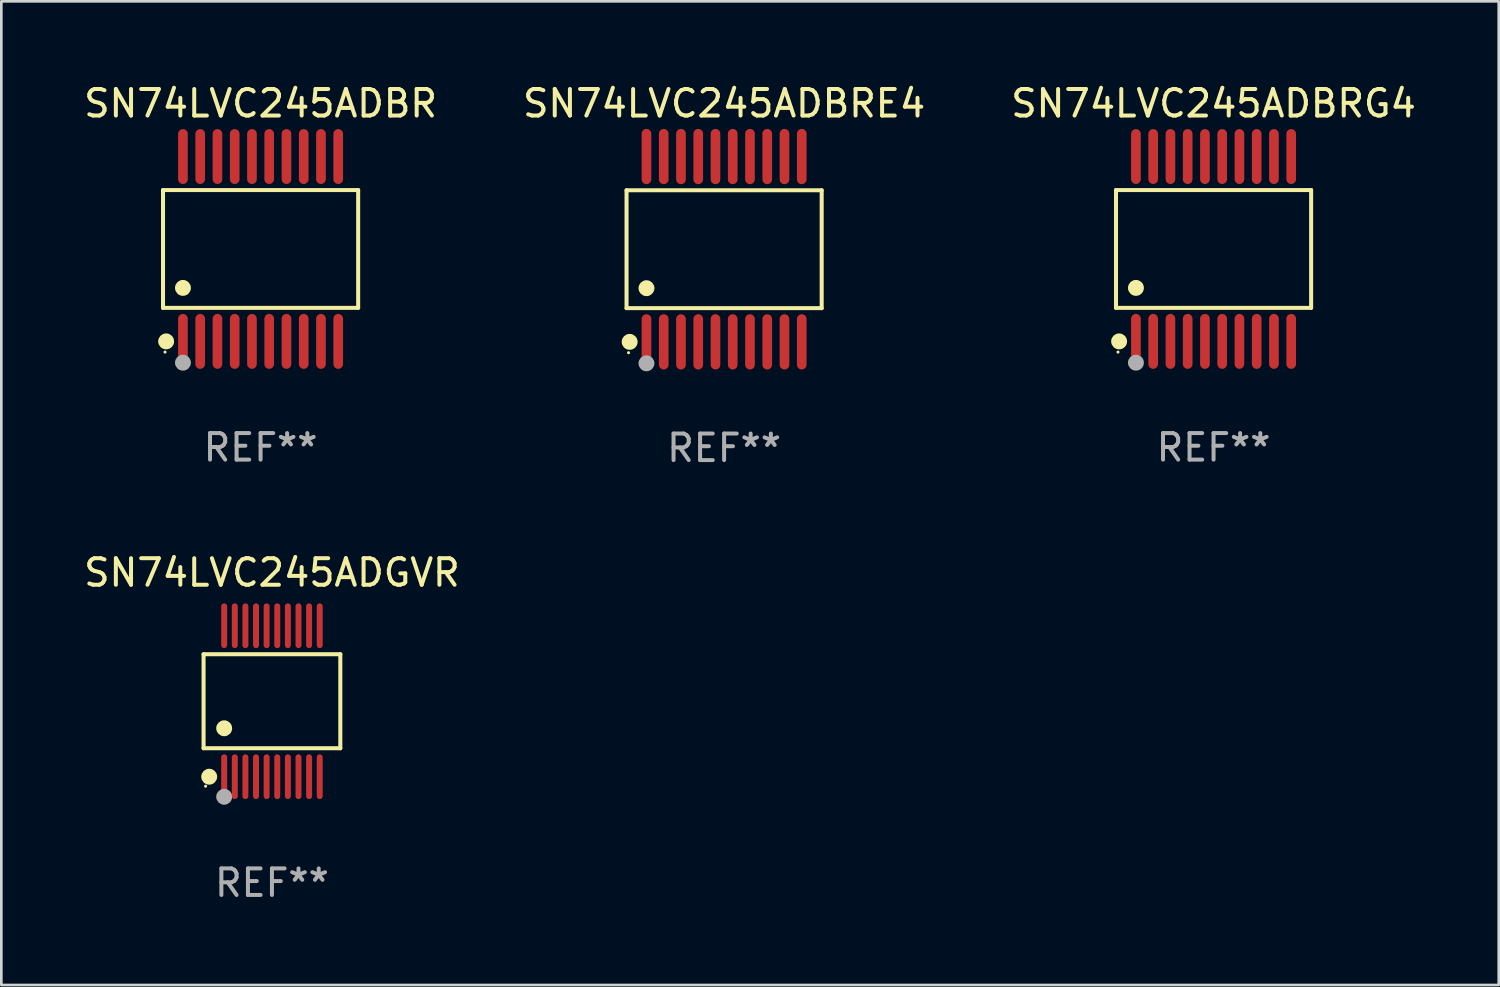
<source format=kicad_pcb>
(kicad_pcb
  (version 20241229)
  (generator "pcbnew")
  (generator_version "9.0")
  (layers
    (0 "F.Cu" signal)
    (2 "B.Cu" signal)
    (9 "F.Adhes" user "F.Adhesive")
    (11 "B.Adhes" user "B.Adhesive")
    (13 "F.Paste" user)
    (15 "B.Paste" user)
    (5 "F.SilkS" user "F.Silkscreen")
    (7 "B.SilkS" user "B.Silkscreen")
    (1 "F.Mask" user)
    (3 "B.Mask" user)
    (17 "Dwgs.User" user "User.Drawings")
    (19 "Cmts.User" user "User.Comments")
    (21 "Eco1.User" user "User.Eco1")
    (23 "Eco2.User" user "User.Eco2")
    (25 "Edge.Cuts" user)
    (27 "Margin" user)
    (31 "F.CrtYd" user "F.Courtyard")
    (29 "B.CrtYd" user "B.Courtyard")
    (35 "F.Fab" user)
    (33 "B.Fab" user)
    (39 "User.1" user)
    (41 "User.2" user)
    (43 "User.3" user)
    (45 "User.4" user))
  (footprint "SN74LVC245ADBRG4"
    (layer "F.Cu")
    (at 42.673 6.33)
    (property "Reference" "SN74LVC245ADBRG4" (at 0 -5.482 0) (layer "F.SilkS") (effects (font (size 1 1) (thickness 0.15))))
    (attr through_hole)
    (fp_line (start -3.676 -2.219) (end 3.676 -2.219) (stroke (width 0.152) (type solid)) (layer "F.SilkS"))
    (fp_line (start -3.676 2.219) (end -3.676 -2.219) (stroke (width 0.152) (type solid)) (layer "F.SilkS"))
    (fp_line (start 3.676 -2.219) (end 3.676 2.219) (stroke (width 0.152) (type solid)) (layer "F.SilkS"))
    (fp_line (start 3.676 2.219) (end -3.676 2.219) (stroke (width 0.152) (type solid)) (layer "F.SilkS"))
    (fp_circle (center -3.6 3.885) (end -3.57 3.885) (stroke (width 0.06) (type solid)) (fill no) (layer "F.SilkS"))
    (fp_circle (center -3.559 3.482) (end -3.409 3.482) (stroke (width 0.3) (type solid)) (fill no) (layer "F.SilkS"))
    (fp_circle (center -2.925 1.467) (end -2.775 1.467) (stroke (width 0.3) (type solid)) (fill no) (layer "F.SilkS"))
    (fp_circle (center -2.925 4.285) (end -2.775 4.285) (stroke (width 0.3) (type solid)) (fill no) (layer "F.Fab"))
    (fp_text user "REF**" (at 0 7.482 0) (layer "F.Fab") (effects (font (size 1 1) (thickness 0.15))))
    (pad "1" smd oval (at -2.925 3.482) (size 0.364 2.069) (layers "F.Cu" "F.Mask" "F.Paste"))
    (pad "2" smd oval (at -2.275 3.482) (size 0.364 2.069) (layers "F.Cu" "F.Mask" "F.Paste"))
    (pad "3" smd oval (at -1.625 3.482) (size 0.364 2.069) (layers "F.Cu" "F.Mask" "F.Paste"))
    (pad "4" smd oval (at -0.975 3.482) (size 0.364 2.069) (layers "F.Cu" "F.Mask" "F.Paste"))
    (pad "5" smd oval (at -0.325 3.482) (size 0.364 2.069) (layers "F.Cu" "F.Mask" "F.Paste"))
    (pad "6" smd oval (at 0.325 3.482) (size 0.364 2.069) (layers "F.Cu" "F.Mask" "F.Paste"))
    (pad "7" smd oval (at 0.975 3.482) (size 0.364 2.069) (layers "F.Cu" "F.Mask" "F.Paste"))
    (pad "8" smd oval (at 1.625 3.482) (size 0.364 2.069) (layers "F.Cu" "F.Mask" "F.Paste"))
    (pad "9" smd oval (at 2.275 3.482) (size 0.364 2.069) (layers "F.Cu" "F.Mask" "F.Paste"))
    (pad "10" smd oval (at 2.925 3.482) (size 0.364 2.069) (layers "F.Cu" "F.Mask" "F.Paste"))
    (pad "11" smd oval (at 2.925 -3.482) (size 0.364 2.069) (layers "F.Cu" "F.Mask" "F.Paste"))
    (pad "12" smd oval (at 2.275 -3.482) (size 0.364 2.069) (layers "F.Cu" "F.Mask" "F.Paste"))
    (pad "13" smd oval (at 1.625 -3.482) (size 0.364 2.069) (layers "F.Cu" "F.Mask" "F.Paste"))
    (pad "14" smd oval (at 0.975 -3.482) (size 0.364 2.069) (layers "F.Cu" "F.Mask" "F.Paste"))
    (pad "15" smd oval (at 0.325 -3.482) (size 0.364 2.069) (layers "F.Cu" "F.Mask" "F.Paste"))
    (pad "16" smd oval (at -0.325 -3.482) (size 0.364 2.069) (layers "F.Cu" "F.Mask" "F.Paste"))
    (pad "17" smd oval (at -0.975 -3.482) (size 0.364 2.069) (layers "F.Cu" "F.Mask" "F.Paste"))
    (pad "18" smd oval (at -1.625 -3.482) (size 0.364 2.069) (layers "F.Cu" "F.Mask" "F.Paste"))
    (pad "19" smd oval (at -2.275 -3.482) (size 0.364 2.069) (layers "F.Cu" "F.Mask" "F.Paste"))
    (pad "20" smd oval (at -2.925 -3.482) (size 0.364 2.069) (layers "F.Cu" "F.Mask" "F.Paste")))
  (footprint "SN74LVC245ADGVR"
    (layer "F.Cu")
    (at 7.196 23.37)
    (property "Reference" "SN74LVC245ADGVR" (at 0 -4.844 0) (layer "F.SilkS") (effects (font (size 1 1) (thickness 0.15))))
    (attr through_hole)
    (fp_line (start -2.576 -1.771) (end 2.576 -1.771) (stroke (width 0.152) (type solid)) (layer "F.SilkS"))
    (fp_line (start -2.576 1.771) (end -2.576 -1.771) (stroke (width 0.152) (type solid)) (layer "F.SilkS"))
    (fp_line (start 2.576 -1.771) (end 2.576 1.771) (stroke (width 0.152) (type solid)) (layer "F.SilkS"))
    (fp_line (start 2.576 1.771) (end -2.576 1.771) (stroke (width 0.152) (type solid)) (layer "F.SilkS"))
    (fp_circle (center -2.5 3.2) (end -2.47 3.2) (stroke (width 0.06) (type solid)) (fill no) (layer "F.SilkS"))
    (fp_circle (center -2.364 2.844) (end -2.214 2.844) (stroke (width 0.3) (type solid)) (fill no) (layer "F.SilkS"))
    (fp_circle (center -1.8 1.019) (end -1.65 1.019) (stroke (width 0.3) (type solid)) (fill no) (layer "F.SilkS"))
    (fp_circle (center -1.8 3.6) (end -1.65 3.6) (stroke (width 0.3) (type solid)) (fill no) (layer "F.Fab"))
    (fp_text user "REF**" (at 0 6.844 0) (layer "F.Fab") (effects (font (size 1 1) (thickness 0.15))))
    (pad "1" smd oval (at -1.8 2.844) (size 0.224 1.687) (layers "F.Cu" "F.Mask" "F.Paste"))
    (pad "2" smd oval (at -1.4 2.844) (size 0.224 1.687) (layers "F.Cu" "F.Mask" "F.Paste"))
    (pad "3" smd oval (at -1 2.844) (size 0.224 1.687) (layers "F.Cu" "F.Mask" "F.Paste"))
    (pad "4" smd oval (at -0.6 2.844) (size 0.224 1.687) (layers "F.Cu" "F.Mask" "F.Paste"))
    (pad "5" smd oval (at -0.2 2.844) (size 0.224 1.687) (layers "F.Cu" "F.Mask" "F.Paste"))
    (pad "6" smd oval (at 0.2 2.844) (size 0.224 1.687) (layers "F.Cu" "F.Mask" "F.Paste"))
    (pad "7" smd oval (at 0.6 2.844) (size 0.224 1.687) (layers "F.Cu" "F.Mask" "F.Paste"))
    (pad "8" smd oval (at 1 2.844) (size 0.224 1.687) (layers "F.Cu" "F.Mask" "F.Paste"))
    (pad "9" smd oval (at 1.4 2.844) (size 0.224 1.687) (layers "F.Cu" "F.Mask" "F.Paste"))
    (pad "10" smd oval (at 1.8 2.844) (size 0.224 1.687) (layers "F.Cu" "F.Mask" "F.Paste"))
    (pad "11" smd oval (at 1.8 -2.844) (size 0.224 1.687) (layers "F.Cu" "F.Mask" "F.Paste"))
    (pad "12" smd oval (at 1.4 -2.844) (size 0.224 1.687) (layers "F.Cu" "F.Mask" "F.Paste"))
    (pad "13" smd oval (at 1 -2.844) (size 0.224 1.687) (layers "F.Cu" "F.Mask" "F.Paste"))
    (pad "14" smd oval (at 0.6 -2.844) (size 0.224 1.687) (layers "F.Cu" "F.Mask" "F.Paste"))
    (pad "15" smd oval (at 0.2 -2.844) (size 0.224 1.687) (layers "F.Cu" "F.Mask" "F.Paste"))
    (pad "16" smd oval (at -0.2 -2.844) (size 0.224 1.687) (layers "F.Cu" "F.Mask" "F.Paste"))
    (pad "17" smd oval (at -0.6 -2.844) (size 0.224 1.687) (layers "F.Cu" "F.Mask" "F.Paste"))
    (pad "18" smd oval (at -1 -2.844) (size 0.224 1.687) (layers "F.Cu" "F.Mask" "F.Paste"))
    (pad "19" smd oval (at -1.4 -2.844) (size 0.224 1.687) (layers "F.Cu" "F.Mask" "F.Paste"))
    (pad "20" smd oval (at -1.8 -2.844) (size 0.224 1.687) (layers "F.Cu" "F.Mask" "F.Paste")))
  (footprint "SN74LVC245ADBR"
    (layer "F.Cu")
    (at 6.768 6.33)
    (property "Reference" "SN74LVC245ADBR" (at 0 -5.482 0) (layer "F.SilkS") (effects (font (size 1 1) (thickness 0.15))))
    (attr through_hole)
    (fp_line (start -3.676 -2.219) (end 3.676 -2.219) (stroke (width 0.152) (type solid)) (layer "F.SilkS"))
    (fp_line (start -3.676 2.219) (end -3.676 -2.219) (stroke (width 0.152) (type solid)) (layer "F.SilkS"))
    (fp_line (start 3.676 -2.219) (end 3.676 2.219) (stroke (width 0.152) (type solid)) (layer "F.SilkS"))
    (fp_line (start 3.676 2.219) (end -3.676 2.219) (stroke (width 0.152) (type solid)) (layer "F.SilkS"))
    (fp_circle (center -3.6 3.885) (end -3.57 3.885) (stroke (width 0.06) (type solid)) (fill no) (layer "F.SilkS"))
    (fp_circle (center -3.559 3.482) (end -3.409 3.482) (stroke (width 0.3) (type solid)) (fill no) (layer "F.SilkS"))
    (fp_circle (center -2.925 1.467) (end -2.775 1.467) (stroke (width 0.3) (type solid)) (fill no) (layer "F.SilkS"))
    (fp_circle (center -2.925 4.285) (end -2.775 4.285) (stroke (width 0.3) (type solid)) (fill no) (layer "F.Fab"))
    (fp_text user "REF**" (at 0 7.482 0) (layer "F.Fab") (effects (font (size 1 1) (thickness 0.15))))
    (pad "1" smd oval (at -2.925 3.482) (size 0.364 2.069) (layers "F.Cu" "F.Mask" "F.Paste"))
    (pad "2" smd oval (at -2.275 3.482) (size 0.364 2.069) (layers "F.Cu" "F.Mask" "F.Paste"))
    (pad "3" smd oval (at -1.625 3.482) (size 0.364 2.069) (layers "F.Cu" "F.Mask" "F.Paste"))
    (pad "4" smd oval (at -0.975 3.482) (size 0.364 2.069) (layers "F.Cu" "F.Mask" "F.Paste"))
    (pad "5" smd oval (at -0.325 3.482) (size 0.364 2.069) (layers "F.Cu" "F.Mask" "F.Paste"))
    (pad "6" smd oval (at 0.325 3.482) (size 0.364 2.069) (layers "F.Cu" "F.Mask" "F.Paste"))
    (pad "7" smd oval (at 0.975 3.482) (size 0.364 2.069) (layers "F.Cu" "F.Mask" "F.Paste"))
    (pad "8" smd oval (at 1.625 3.482) (size 0.364 2.069) (layers "F.Cu" "F.Mask" "F.Paste"))
    (pad "9" smd oval (at 2.275 3.482) (size 0.364 2.069) (layers "F.Cu" "F.Mask" "F.Paste"))
    (pad "10" smd oval (at 2.925 3.482) (size 0.364 2.069) (layers "F.Cu" "F.Mask" "F.Paste"))
    (pad "11" smd oval (at 2.925 -3.482) (size 0.364 2.069) (layers "F.Cu" "F.Mask" "F.Paste"))
    (pad "12" smd oval (at 2.275 -3.482) (size 0.364 2.069) (layers "F.Cu" "F.Mask" "F.Paste"))
    (pad "13" smd oval (at 1.625 -3.482) (size 0.364 2.069) (layers "F.Cu" "F.Mask" "F.Paste"))
    (pad "14" smd oval (at 0.975 -3.482) (size 0.364 2.069) (layers "F.Cu" "F.Mask" "F.Paste"))
    (pad "15" smd oval (at 0.325 -3.482) (size 0.364 2.069) (layers "F.Cu" "F.Mask" "F.Paste"))
    (pad "16" smd oval (at -0.325 -3.482) (size 0.364 2.069) (layers "F.Cu" "F.Mask" "F.Paste"))
    (pad "17" smd oval (at -0.975 -3.482) (size 0.364 2.069) (layers "F.Cu" "F.Mask" "F.Paste"))
    (pad "18" smd oval (at -1.625 -3.482) (size 0.364 2.069) (layers "F.Cu" "F.Mask" "F.Paste"))
    (pad "19" smd oval (at -2.275 -3.482) (size 0.364 2.069) (layers "F.Cu" "F.Mask" "F.Paste"))
    (pad "20" smd oval (at -2.925 -3.482) (size 0.364 2.069) (layers "F.Cu" "F.Mask" "F.Paste")))
  (footprint "SN74LVC245ADBRE4"
    (layer "F.Cu")
    (at 24.232 6.339)
    (property "Reference" "SN74LVC245ADBRE4" (at 0 -5.491 0) (layer "F.SilkS") (effects (font (size 1 1) (thickness 0.15))))
    (attr through_hole)
    (fp_line (start -3.676 -2.221) (end 3.676 -2.221) (stroke (width 0.152) (type solid)) (layer "F.SilkS"))
    (fp_line (start -3.676 2.221) (end -3.676 -2.221) (stroke (width 0.152) (type solid)) (layer "F.SilkS"))
    (fp_line (start 3.676 -2.221) (end 3.676 2.221) (stroke (width 0.152) (type solid)) (layer "F.SilkS"))
    (fp_line (start 3.676 2.221) (end -3.676 2.221) (stroke (width 0.152) (type solid)) (layer "F.SilkS"))
    (fp_circle (center -3.6 3.9) (end -3.57 3.9) (stroke (width 0.06) (type solid)) (fill no) (layer "F.SilkS"))
    (fp_circle (center -3.559 3.491) (end -3.409 3.491) (stroke (width 0.3) (type solid)) (fill no) (layer "F.SilkS"))
    (fp_circle (center -2.925 1.469) (end -2.775 1.469) (stroke (width 0.3) (type solid)) (fill no) (layer "F.SilkS"))
    (fp_circle (center -2.925 4.3) (end -2.775 4.3) (stroke (width 0.3) (type solid)) (fill no) (layer "F.Fab"))
    (fp_text user "REF**" (at 0 7.491 0) (layer "F.Fab") (effects (font (size 1 1) (thickness 0.15))))
    (pad "1" smd oval (at -2.925 3.491) (size 0.364 2.082) (layers "F.Cu" "F.Mask" "F.Paste"))
    (pad "2" smd oval (at -2.275 3.491) (size 0.364 2.082) (layers "F.Cu" "F.Mask" "F.Paste"))
    (pad "3" smd oval (at -1.625 3.491) (size 0.364 2.082) (layers "F.Cu" "F.Mask" "F.Paste"))
    (pad "4" smd oval (at -0.975 3.491) (size 0.364 2.082) (layers "F.Cu" "F.Mask" "F.Paste"))
    (pad "5" smd oval (at -0.325 3.491) (size 0.364 2.082) (layers "F.Cu" "F.Mask" "F.Paste"))
    (pad "6" smd oval (at 0.325 3.491) (size 0.364 2.082) (layers "F.Cu" "F.Mask" "F.Paste"))
    (pad "7" smd oval (at 0.975 3.491) (size 0.364 2.082) (layers "F.Cu" "F.Mask" "F.Paste"))
    (pad "8" smd oval (at 1.625 3.491) (size 0.364 2.082) (layers "F.Cu" "F.Mask" "F.Paste"))
    (pad "9" smd oval (at 2.275 3.491) (size 0.364 2.082) (layers "F.Cu" "F.Mask" "F.Paste"))
    (pad "10" smd oval (at 2.925 3.491) (size 0.364 2.082) (layers "F.Cu" "F.Mask" "F.Paste"))
    (pad "11" smd oval (at 2.925 -3.491) (size 0.364 2.082) (layers "F.Cu" "F.Mask" "F.Paste"))
    (pad "12" smd oval (at 2.275 -3.491) (size 0.364 2.082) (layers "F.Cu" "F.Mask" "F.Paste"))
    (pad "13" smd oval (at 1.625 -3.491) (size 0.364 2.082) (layers "F.Cu" "F.Mask" "F.Paste"))
    (pad "14" smd oval (at 0.975 -3.491) (size 0.364 2.082) (layers "F.Cu" "F.Mask" "F.Paste"))
    (pad "15" smd oval (at 0.325 -3.491) (size 0.364 2.082) (layers "F.Cu" "F.Mask" "F.Paste"))
    (pad "16" smd oval (at -0.325 -3.491) (size 0.364 2.082) (layers "F.Cu" "F.Mask" "F.Paste"))
    (pad "17" smd oval (at -0.975 -3.491) (size 0.364 2.082) (layers "F.Cu" "F.Mask" "F.Paste"))
    (pad "18" smd oval (at -1.625 -3.491) (size 0.364 2.082) (layers "F.Cu" "F.Mask" "F.Paste"))
    (pad "19" smd oval (at -2.275 -3.491) (size 0.364 2.082) (layers "F.Cu" "F.Mask" "F.Paste"))
    (pad "20" smd oval (at -2.925 -3.491) (size 0.364 2.082) (layers "F.Cu" "F.Mask" "F.Paste")))
  (gr_rect
    (start -3 -3)
    (end 53.417 34.062)
    (stroke (width 0.1) (type default))
    (fill no)
    (layer "Edge.Cuts")))
</source>
